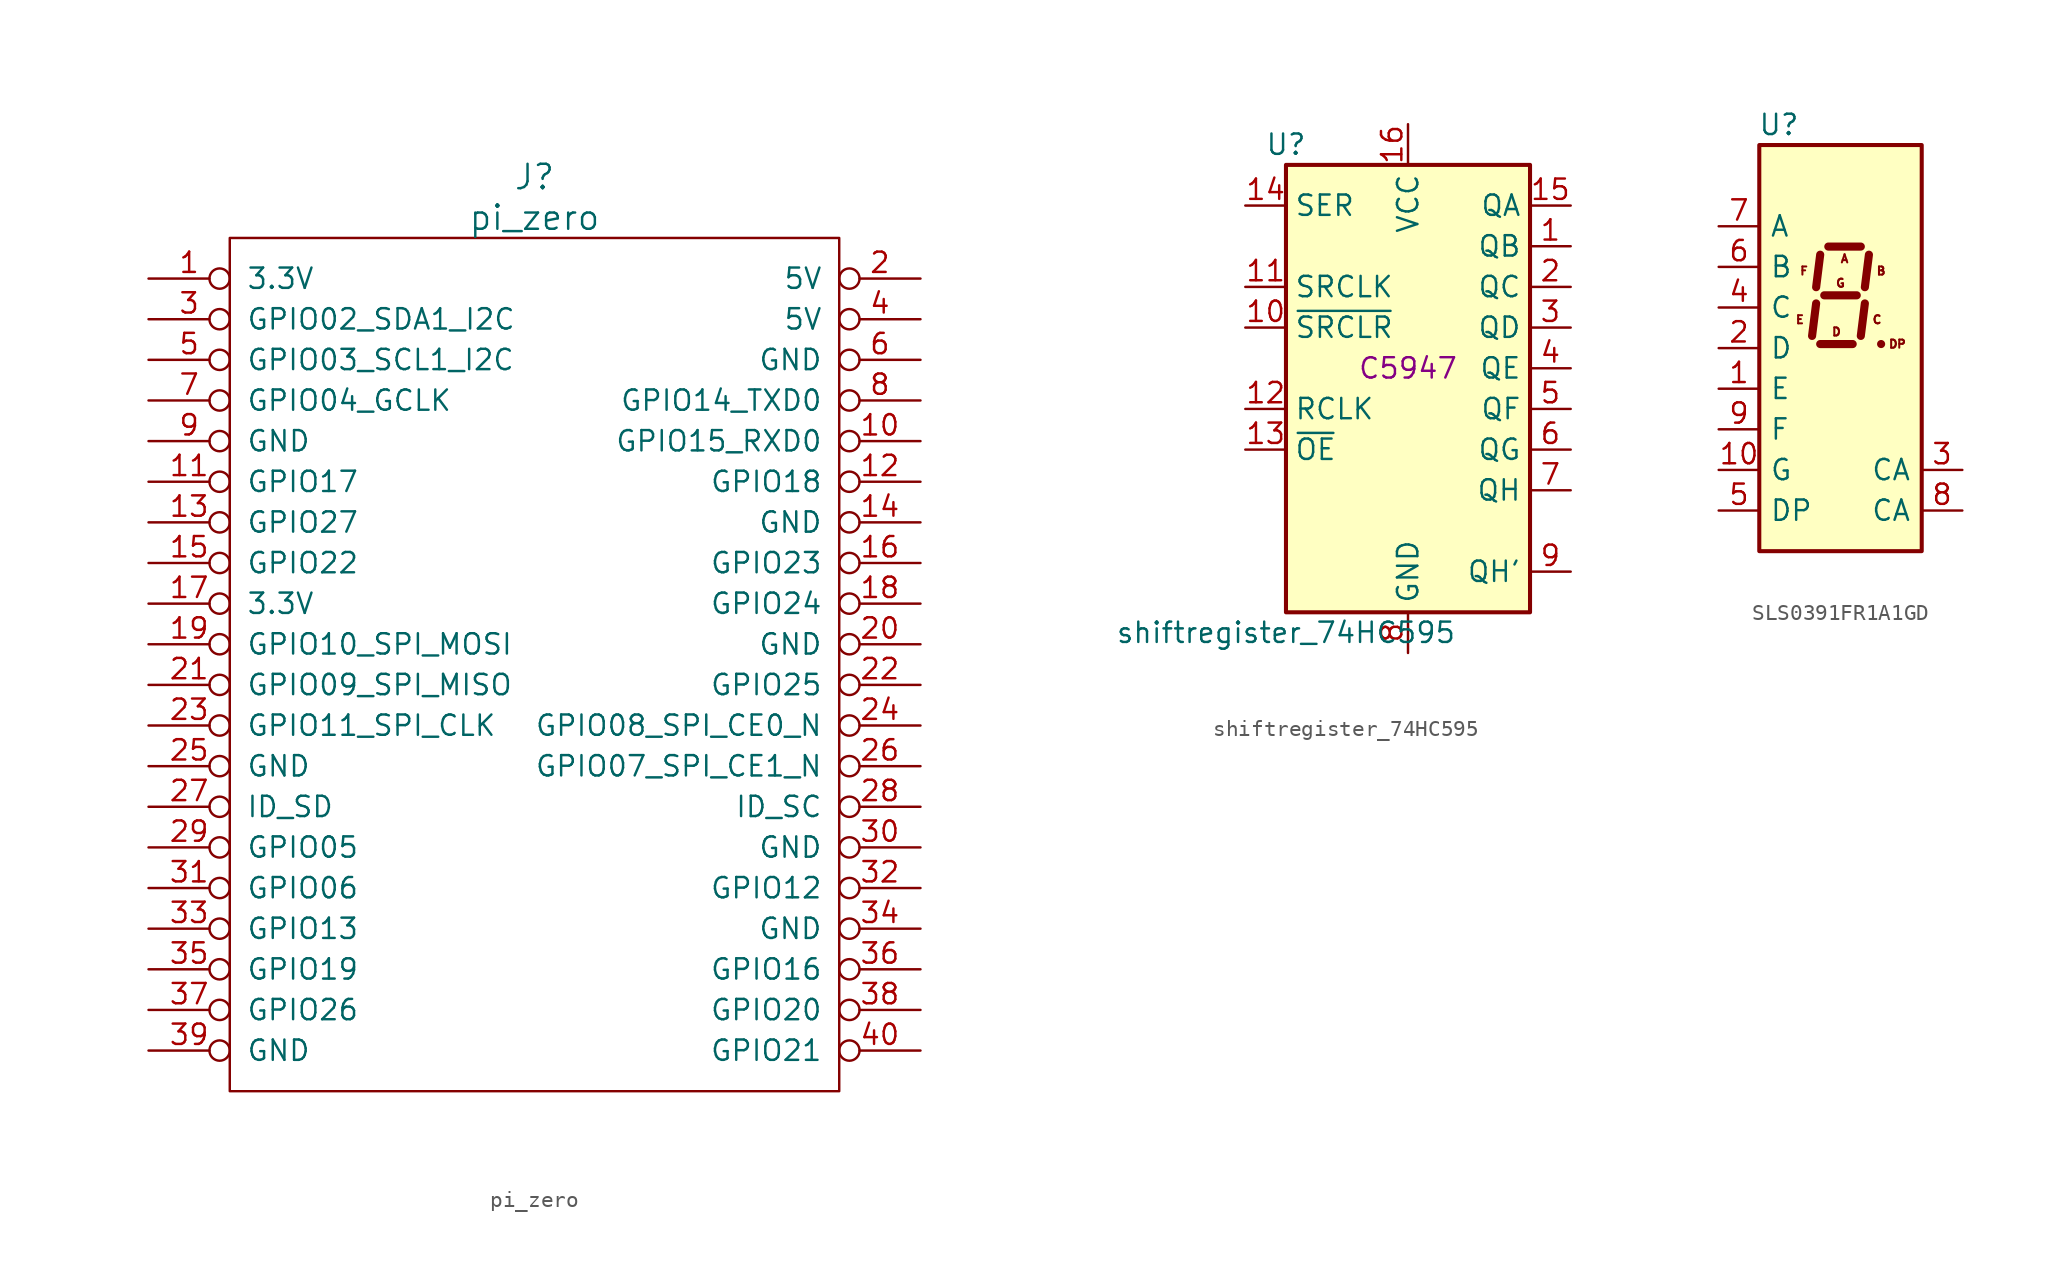
<source format=kicad_sym>
(kicad_symbol_lib
  (version 20220914)
  (generator kicad_symbol_editor)
  (symbol "pi_zero"
    (pin_names
      (offset 1.016))
    (property "Reference" "J"
      (at 19.05 6.35 0)
      (effects (font (size 1.524 1.524))))
    (property "Value" "pi_zero"
      (at 19.05 3.81 0)
      (effects (font (size 1.524 1.524))))
    (symbol "pi_zero_0_1"
      (rectangle (start 0 2.54) (end 38.1 -50.8) (stroke (width 0) (type solid)) (fill (type none))))
    (symbol "pi_zero_1_1"
      (pin power_in inverted (at -5.08 0 0) (length 5.08) (name "3.3V" (effects (font (size 1.27 1.27)))) (number "1" (effects (font (size 1.27 1.27)))))
      (pin bidirectional inverted (at 43.18 -10.16 180) (length 5.08) (name "GPIO15_RXD0" (effects (font (size 1.27 1.27)))) (number "10" (effects (font (size 1.27 1.27)))))
      (pin bidirectional inverted (at -5.08 -12.7 0) (length 5.08) (name "GPIO17" (effects (font (size 1.27 1.27)))) (number "11" (effects (font (size 1.27 1.27)))))
      (pin bidirectional inverted (at 43.18 -12.7 180) (length 5.08) (name "GPIO18" (effects (font (size 1.27 1.27)))) (number "12" (effects (font (size 1.27 1.27)))))
      (pin bidirectional inverted (at -5.08 -15.24 0) (length 5.08) (name "GPIO27" (effects (font (size 1.27 1.27)))) (number "13" (effects (font (size 1.27 1.27)))))
      (pin power_in inverted (at 43.18 -15.24 180) (length 5.08) (name "GND" (effects (font (size 1.27 1.27)))) (number "14" (effects (font (size 1.27 1.27)))))
      (pin bidirectional inverted (at -5.08 -17.78 0) (length 5.08) (name "GPIO22" (effects (font (size 1.27 1.27)))) (number "15" (effects (font (size 1.27 1.27)))))
      (pin bidirectional inverted (at 43.18 -17.78 180) (length 5.08) (name "GPIO23" (effects (font (size 1.27 1.27)))) (number "16" (effects (font (size 1.27 1.27)))))
      (pin power_in inverted (at -5.08 -20.32 0) (length 5.08) (name "3.3V" (effects (font (size 1.27 1.27)))) (number "17" (effects (font (size 1.27 1.27)))))
      (pin bidirectional inverted (at 43.18 -20.32 180) (length 5.08) (name "GPIO24" (effects (font (size 1.27 1.27)))) (number "18" (effects (font (size 1.27 1.27)))))
      (pin bidirectional inverted (at -5.08 -22.86 0) (length 5.08) (name "GPIO10_SPI_MOSI" (effects (font (size 1.27 1.27)))) (number "19" (effects (font (size 1.27 1.27)))))
      (pin power_in inverted (at 43.18 0 180) (length 5.08) (name "5V" (effects (font (size 1.27 1.27)))) (number "2" (effects (font (size 1.27 1.27)))))
      (pin power_in inverted (at 43.18 -22.86 180) (length 5.08) (name "GND" (effects (font (size 1.27 1.27)))) (number "20" (effects (font (size 1.27 1.27)))))
      (pin bidirectional inverted (at -5.08 -25.4 0) (length 5.08) (name "GPIO09_SPI_MISO" (effects (font (size 1.27 1.27)))) (number "21" (effects (font (size 1.27 1.27)))))
      (pin bidirectional inverted (at 43.18 -25.4 180) (length 5.08) (name "GPIO25" (effects (font (size 1.27 1.27)))) (number "22" (effects (font (size 1.27 1.27)))))
      (pin bidirectional inverted (at -5.08 -27.94 0) (length 5.08) (name "GPIO11_SPI_CLK" (effects (font (size 1.27 1.27)))) (number "23" (effects (font (size 1.27 1.27)))))
      (pin bidirectional inverted (at 43.18 -27.94 180) (length 5.08) (name "GPIO08_SPI_CE0_N" (effects (font (size 1.27 1.27)))) (number "24" (effects (font (size 1.27 1.27)))))
      (pin power_in inverted (at -5.08 -30.48 0) (length 5.08) (name "GND" (effects (font (size 1.27 1.27)))) (number "25" (effects (font (size 1.27 1.27)))))
      (pin bidirectional inverted (at 43.18 -30.48 180) (length 5.08) (name "GPIO07_SPI_CE1_N" (effects (font (size 1.27 1.27)))) (number "26" (effects (font (size 1.27 1.27)))))
      (pin bidirectional inverted (at -5.08 -33.02 0) (length 5.08) (name "ID_SD" (effects (font (size 1.27 1.27)))) (number "27" (effects (font (size 1.27 1.27)))))
      (pin bidirectional inverted (at 43.18 -33.02 180) (length 5.08) (name "ID_SC" (effects (font (size 1.27 1.27)))) (number "28" (effects (font (size 1.27 1.27)))))
      (pin bidirectional inverted (at -5.08 -35.56 0) (length 5.08) (name "GPIO05" (effects (font (size 1.27 1.27)))) (number "29" (effects (font (size 1.27 1.27)))))
      (pin bidirectional inverted (at -5.08 -2.54 0) (length 5.08) (name "GPIO02_SDA1_I2C" (effects (font (size 1.27 1.27)))) (number "3" (effects (font (size 1.27 1.27)))))
      (pin power_in inverted (at 43.18 -35.56 180) (length 5.08) (name "GND" (effects (font (size 1.27 1.27)))) (number "30" (effects (font (size 1.27 1.27)))))
      (pin bidirectional inverted (at -5.08 -38.1 0) (length 5.08) (name "GPIO06" (effects (font (size 1.27 1.27)))) (number "31" (effects (font (size 1.27 1.27)))))
      (pin bidirectional inverted (at 43.18 -38.1 180) (length 5.08) (name "GPIO12" (effects (font (size 1.27 1.27)))) (number "32" (effects (font (size 1.27 1.27)))))
      (pin bidirectional inverted (at -5.08 -40.64 0) (length 5.08) (name "GPIO13" (effects (font (size 1.27 1.27)))) (number "33" (effects (font (size 1.27 1.27)))))
      (pin power_in inverted (at 43.18 -40.64 180) (length 5.08) (name "GND" (effects (font (size 1.27 1.27)))) (number "34" (effects (font (size 1.27 1.27)))))
      (pin bidirectional inverted (at -5.08 -43.18 0) (length 5.08) (name "GPIO19" (effects (font (size 1.27 1.27)))) (number "35" (effects (font (size 1.27 1.27)))))
      (pin bidirectional inverted (at 43.18 -43.18 180) (length 5.08) (name "GPIO16" (effects (font (size 1.27 1.27)))) (number "36" (effects (font (size 1.27 1.27)))))
      (pin bidirectional inverted (at -5.08 -45.72 0) (length 5.08) (name "GPIO26" (effects (font (size 1.27 1.27)))) (number "37" (effects (font (size 1.27 1.27)))))
      (pin bidirectional inverted (at 43.18 -45.72 180) (length 5.08) (name "GPIO20" (effects (font (size 1.27 1.27)))) (number "38" (effects (font (size 1.27 1.27)))))
      (pin power_in inverted (at -5.08 -48.26 0) (length 5.08) (name "GND" (effects (font (size 1.27 1.27)))) (number "39" (effects (font (size 1.27 1.27)))))
      (pin power_in inverted (at 43.18 -2.54 180) (length 5.08) (name "5V" (effects (font (size 1.27 1.27)))) (number "4" (effects (font (size 1.27 1.27)))))
      (pin bidirectional inverted (at 43.18 -48.26 180) (length 5.08) (name "GPIO21" (effects (font (size 1.27 1.27)))) (number "40" (effects (font (size 1.27 1.27)))))
      (pin bidirectional inverted (at -5.08 -5.08 0) (length 5.08) (name "GPIO03_SCL1_I2C" (effects (font (size 1.27 1.27)))) (number "5" (effects (font (size 1.27 1.27)))))
      (pin power_in inverted (at 43.18 -5.08 180) (length 5.08) (name "GND" (effects (font (size 1.27 1.27)))) (number "6" (effects (font (size 1.27 1.27)))))
      (pin bidirectional inverted (at -5.08 -7.62 0) (length 5.08) (name "GPIO04_GCLK" (effects (font (size 1.27 1.27)))) (number "7" (effects (font (size 1.27 1.27)))))
      (pin bidirectional inverted (at 43.18 -7.62 180) (length 5.08) (name "GPIO14_TXD0" (effects (font (size 1.27 1.27)))) (number "8" (effects (font (size 1.27 1.27)))))
      (pin power_in inverted (at -5.08 -10.16 0) (length 5.08) (name "GND" (effects (font (size 1.27 1.27)))) (number "9" (effects (font (size 1.27 1.27)))))))
  (symbol "shiftregister_74HC595"
    (property "Reference" "U"
      (at -7.62 13.97 0)
      (effects (font (size 1.27 1.27))))
    (property "Value" "shiftregister_74HC595"
      (at -7.62 -16.51 0)
      (effects (font (size 1.27 1.27))))
    (property "JCL" "C5947"
      (at 0 0 0)
      (effects (font (size 1.27 1.27))))
    (symbol "shiftregister_74HC595_1_0"
      (pin tri_state line (at 10.16 7.62 180) (length 2.54) (name "QB" (effects (font (size 1.27 1.27)))) (number "1" (effects (font (size 1.27 1.27)))))
      (pin input line (at -10.16 2.54 0) (length 2.54) (name "~{SRCLR}" (effects (font (size 1.27 1.27)))) (number "10" (effects (font (size 1.27 1.27)))))
      (pin input line (at -10.16 5.08 0) (length 2.54) (name "SRCLK" (effects (font (size 1.27 1.27)))) (number "11" (effects (font (size 1.27 1.27)))))
      (pin input line (at -10.16 -2.54 0) (length 2.54) (name "RCLK" (effects (font (size 1.27 1.27)))) (number "12" (effects (font (size 1.27 1.27)))))
      (pin input line (at -10.16 -5.08 0) (length 2.54) (name "~{OE}" (effects (font (size 1.27 1.27)))) (number "13" (effects (font (size 1.27 1.27)))))
      (pin input line (at -10.16 10.16 0) (length 2.54) (name "SER" (effects (font (size 1.27 1.27)))) (number "14" (effects (font (size 1.27 1.27)))))
      (pin tri_state line (at 10.16 10.16 180) (length 2.54) (name "QA" (effects (font (size 1.27 1.27)))) (number "15" (effects (font (size 1.27 1.27)))))
      (pin power_in line (at 0 15.24 270) (length 2.54) (name "VCC" (effects (font (size 1.27 1.27)))) (number "16" (effects (font (size 1.27 1.27)))))
      (pin tri_state line (at 10.16 5.08 180) (length 2.54) (name "QC" (effects (font (size 1.27 1.27)))) (number "2" (effects (font (size 1.27 1.27)))))
      (pin tri_state line (at 10.16 2.54 180) (length 2.54) (name "QD" (effects (font (size 1.27 1.27)))) (number "3" (effects (font (size 1.27 1.27)))))
      (pin tri_state line (at 10.16 0 180) (length 2.54) (name "QE" (effects (font (size 1.27 1.27)))) (number "4" (effects (font (size 1.27 1.27)))))
      (pin tri_state line (at 10.16 -2.54 180) (length 2.54) (name "QF" (effects (font (size 1.27 1.27)))) (number "5" (effects (font (size 1.27 1.27)))))
      (pin tri_state line (at 10.16 -5.08 180) (length 2.54) (name "QG" (effects (font (size 1.27 1.27)))) (number "6" (effects (font (size 1.27 1.27)))))
      (pin tri_state line (at 10.16 -7.62 180) (length 2.54) (name "QH" (effects (font (size 1.27 1.27)))) (number "7" (effects (font (size 1.27 1.27)))))
      (pin power_in line (at 0 -17.78 90) (length 2.54) (name "GND" (effects (font (size 1.27 1.27)))) (number "8" (effects (font (size 1.27 1.27)))))
      (pin output line (at 10.16 -12.7 180) (length 2.54) (name "QH'" (effects (font (size 1.27 1.27)))) (number "9" (effects (font (size 1.27 1.27))))))
    (symbol "shiftregister_74HC595_1_1"
      (rectangle (start -7.62 12.7) (end 7.62 -15.24) (stroke (width 0.254) (type default)) (fill (type background)))))
  (symbol "SLS0391FR1A1GD"
    (pin_names
      (offset 0.635))
    (property "Reference" "U"
      (at -2.54 13.97 0)
      (effects (font (size 1.27 1.27)) (justify right)))
    (symbol "SLS0391FR1A1GD_0_0"
      (text "A" (at 0.254 5.588 0) (effects (font (size 0.508 0.508))))
      (text "B" (at 2.54 4.826 0) (effects (font (size 0.508 0.508))))
      (text "C" (at 2.286 1.778 0) (effects (font (size 0.508 0.508))))
      (text "D" (at -0.254 1.016 0) (effects (font (size 0.508 0.508))))
      (text "DP" (at 3.556 0.254 0) (effects (font (size 0.508 0.508))))
      (text "E" (at -2.54 1.778 0) (effects (font (size 0.508 0.508))))
      (text "F" (at -2.286 4.826 0) (effects (font (size 0.508 0.508))))
      (text "G" (at 0 4.064 0) (effects (font (size 0.508 0.508)))))
    (symbol "SLS0391FR1A1GD_0_1"
      (rectangle (start -5.08 12.7) (end 5.08 -12.7) (stroke (width 0.254) (type default)) (fill (type background)))
      (polyline (pts (xy -1.524 2.794) (xy -1.778 0.762)) (stroke (width 0.508) (type default)) (fill (type none)))
      (polyline (pts (xy -1.27 0.254) (xy 0.762 0.254)) (stroke (width 0.508) (type default)) (fill (type none)))
      (polyline (pts (xy -1.27 5.842) (xy -1.524 3.81)) (stroke (width 0.508) (type default)) (fill (type none)))
      (polyline (pts (xy -1.016 3.302) (xy 1.016 3.302)) (stroke (width 0.508) (type default)) (fill (type none)))
      (polyline (pts (xy -0.762 6.35) (xy 1.27 6.35)) (stroke (width 0.508) (type default)) (fill (type none)))
      (polyline (pts (xy 1.524 2.794) (xy 1.27 0.762)) (stroke (width 0.508) (type default)) (fill (type none)))
      (polyline (pts (xy 1.778 5.842) (xy 1.524 3.81)) (stroke (width 0.508) (type default)) (fill (type none)))
      (polyline (pts (xy 2.54 0.254) (xy 2.54 0.254)) (stroke (width 0.508) (type default)) (fill (type none))))
    (symbol "SLS0391FR1A1GD_1_1"
      (pin input line (at -7.62 -2.54 0) (length 2.54) (name "E" (effects (font (size 1.27 1.27)))) (number "1" (effects (font (size 1.27 1.27)))))
      (pin input line (at -7.62 -7.62 0) (length 2.54) (name "G" (effects (font (size 1.27 1.27)))) (number "10" (effects (font (size 1.27 1.27)))))
      (pin input line (at -7.62 0 0) (length 2.54) (name "D" (effects (font (size 1.27 1.27)))) (number "2" (effects (font (size 1.27 1.27)))))
      (pin input line (at 7.62 -7.62 180) (length 2.54) (name "CA" (effects (font (size 1.27 1.27)))) (number "3" (effects (font (size 1.27 1.27)))))
      (pin input line (at -7.62 2.54 0) (length 2.54) (name "C" (effects (font (size 1.27 1.27)))) (number "4" (effects (font (size 1.27 1.27)))))
      (pin input line (at -7.62 -10.16 0) (length 2.54) (name "DP" (effects (font (size 1.27 1.27)))) (number "5" (effects (font (size 1.27 1.27)))))
      (pin input line (at -7.62 5.08 0) (length 2.54) (name "B" (effects (font (size 1.27 1.27)))) (number "6" (effects (font (size 1.27 1.27)))))
      (pin input line (at -7.62 7.62 0) (length 2.54) (name "A" (effects (font (size 1.27 1.27)))) (number "7" (effects (font (size 1.27 1.27)))))
      (pin input line (at 7.62 -10.16 180) (length 2.54) (name "CA" (effects (font (size 1.27 1.27)))) (number "8" (effects (font (size 1.27 1.27)))))
      (pin input line (at -7.62 -5.08 0) (length 2.54) (name "F" (effects (font (size 1.27 1.27)))) (number "9" (effects (font (size 1.27 1.27))))))))
</source>
